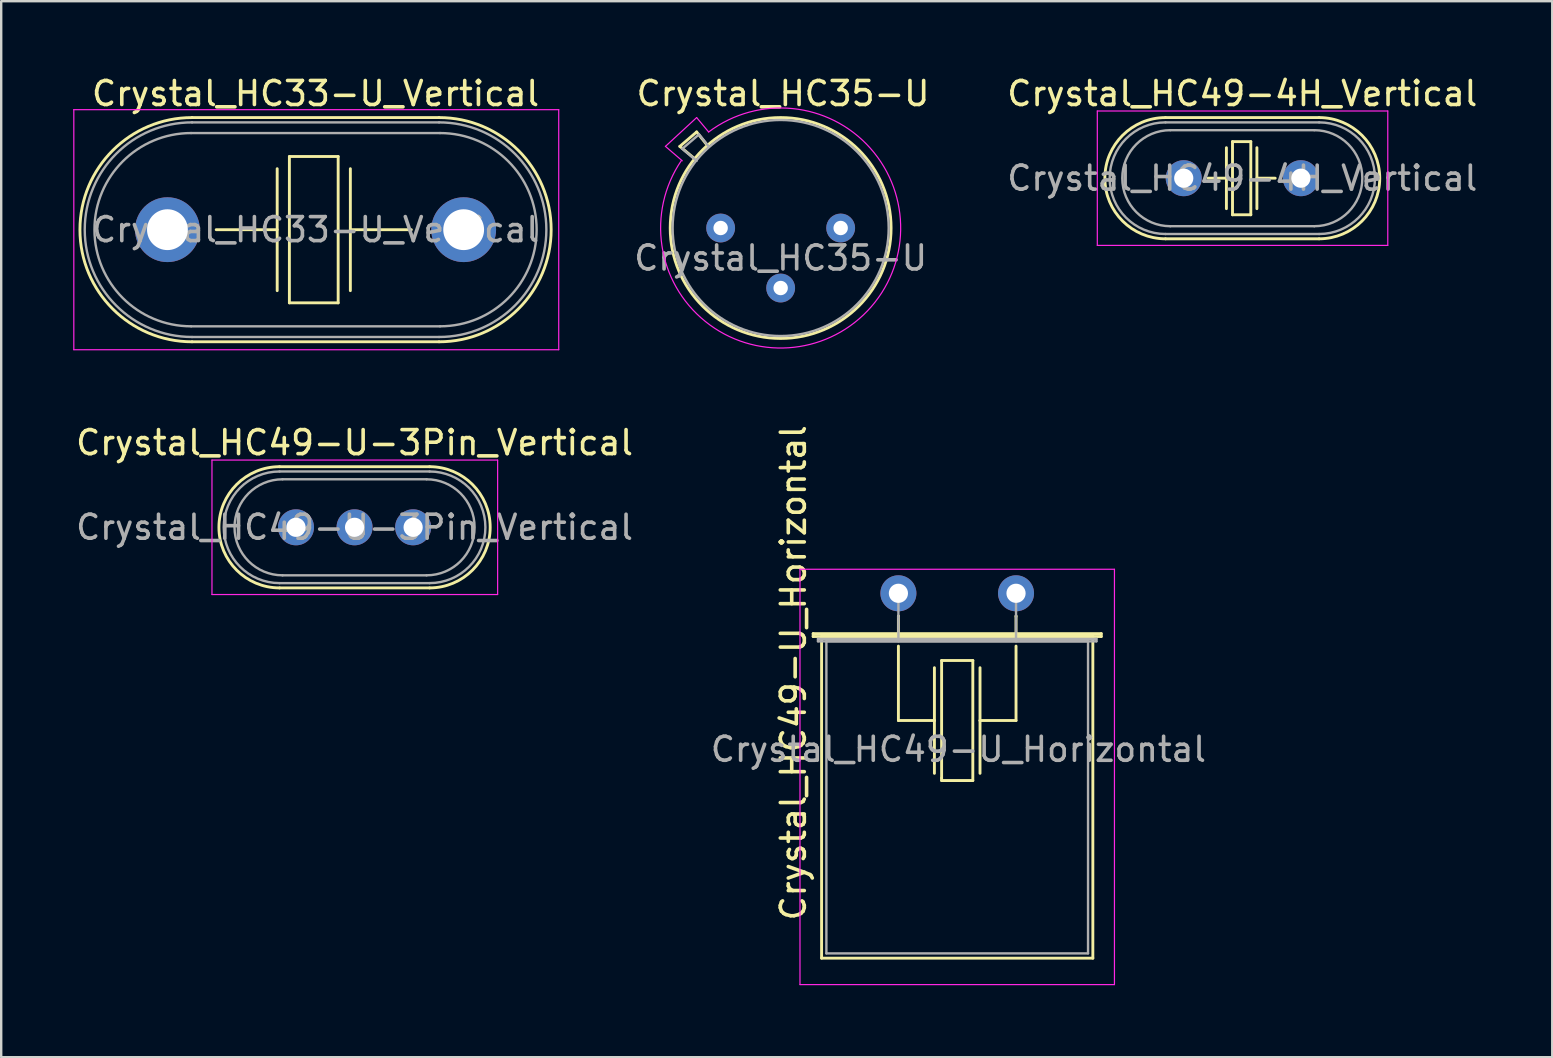
<source format=kicad_pcb>
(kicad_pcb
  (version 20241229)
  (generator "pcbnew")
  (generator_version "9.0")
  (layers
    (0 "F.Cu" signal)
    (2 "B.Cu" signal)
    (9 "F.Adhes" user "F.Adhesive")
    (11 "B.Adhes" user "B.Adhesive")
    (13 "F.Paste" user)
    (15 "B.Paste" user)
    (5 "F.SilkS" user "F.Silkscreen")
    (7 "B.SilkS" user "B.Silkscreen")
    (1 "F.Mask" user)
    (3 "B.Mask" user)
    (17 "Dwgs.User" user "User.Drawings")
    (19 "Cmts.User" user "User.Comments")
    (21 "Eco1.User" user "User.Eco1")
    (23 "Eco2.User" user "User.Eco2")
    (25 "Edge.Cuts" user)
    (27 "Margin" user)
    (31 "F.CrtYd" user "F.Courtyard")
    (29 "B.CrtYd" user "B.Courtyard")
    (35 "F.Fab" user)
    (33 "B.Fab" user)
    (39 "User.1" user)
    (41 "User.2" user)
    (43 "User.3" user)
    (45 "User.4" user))
  (footprint "Crystal_HC49-4H_Vertical"
    (layer "F.Cu")
    (at 46.261 4.373)
    (property "Reference" "Crystal_HC49-4H_Vertical" (at 2.44 -3.525 0) (layer "F.SilkS") (effects (font (size 1 1) (thickness 0.15))))
    (attr through_hole)
    (fp_line (start -0.76 -2.525) (end 5.64 -2.525) (stroke (width 0.12) (type solid)) (layer "F.SilkS"))
    (fp_line (start -0.76 2.525) (end 5.64 2.525) (stroke (width 0.12) (type solid)) (layer "F.SilkS"))
    (fp_line (start 1.016 0) (end 1.778 0) (stroke (width 0.12) (type solid)) (layer "F.SilkS"))
    (fp_line (start 1.778 -1.27) (end 1.778 1.27) (stroke (width 0.12) (type solid)) (layer "F.SilkS"))
    (fp_line (start 2.032 -1.524) (end 2.032 1.524) (stroke (width 0.12) (type solid)) (layer "F.SilkS"))
    (fp_line (start 2.032 1.524) (end 2.794 1.524) (stroke (width 0.12) (type solid)) (layer "F.SilkS"))
    (fp_line (start 2.794 -1.524) (end 2.032 -1.524) (stroke (width 0.12) (type solid)) (layer "F.SilkS"))
    (fp_line (start 2.794 1.524) (end 2.794 -1.524) (stroke (width 0.12) (type solid)) (layer "F.SilkS"))
    (fp_line (start 3.048 -1.27) (end 3.048 1.27) (stroke (width 0.12) (type solid)) (layer "F.SilkS"))
    (fp_line (start 3.81 0) (end 3.048 0) (stroke (width 0.12) (type solid)) (layer "F.SilkS"))
    (fp_arc (start -0.76 2.525) (mid -3.285 0) (end -0.76 -2.525) (stroke (width 0.12) (type solid)) (layer "F.SilkS"))
    (fp_arc (start 5.64 -2.525) (mid 8.165 0) (end 5.64 2.525) (stroke (width 0.12) (type solid)) (layer "F.SilkS"))
    (fp_line (start -3.6 -2.8) (end -3.6 2.8) (stroke (width 0.05) (type solid)) (layer "F.CrtYd"))
    (fp_line (start -3.6 2.8) (end 8.5 2.8) (stroke (width 0.05) (type solid)) (layer "F.CrtYd"))
    (fp_line (start 8.5 -2.8) (end -3.6 -2.8) (stroke (width 0.05) (type solid)) (layer "F.CrtYd"))
    (fp_line (start 8.5 2.8) (end 8.5 -2.8) (stroke (width 0.05) (type solid)) (layer "F.CrtYd"))
    (fp_line (start -0.76 -2.325) (end 5.64 -2.325) (stroke (width 0.1) (type solid)) (layer "F.Fab"))
    (fp_line (start -0.76 2.325) (end 5.64 2.325) (stroke (width 0.1) (type solid)) (layer "F.Fab"))
    (fp_line (start -0.56 -2) (end 5.44 -2) (stroke (width 0.1) (type solid)) (layer "F.Fab"))
    (fp_line (start -0.56 2) (end 5.44 2) (stroke (width 0.1) (type solid)) (layer "F.Fab"))
    (fp_arc (start -0.76 2.325) (mid -3.085 0) (end -0.76 -2.325) (stroke (width 0.1) (type solid)) (layer "F.Fab"))
    (fp_arc (start -0.56 2) (mid -2.56 0) (end -0.56 -2) (stroke (width 0.1) (type solid)) (layer "F.Fab"))
    (fp_arc (start 5.44 -2) (mid 7.44 0) (end 5.44 2) (stroke (width 0.1) (type solid)) (layer "F.Fab"))
    (fp_arc (start 5.64 -2.325) (mid 7.965 0) (end 5.64 2.325) (stroke (width 0.1) (type solid)) (layer "F.Fab"))
    (fp_text user "${REFERENCE}" (at 2.44 0 0) (layer "F.Fab") (effects (font (size 1 1) (thickness 0.15))))
    (pad "1" thru_hole circle (at 0 0) (size 1.5 1.5) (drill 0.8) (layers "*.Cu" "*.Mask"))
    (pad "2" thru_hole circle (at 4.88 0) (size 1.5 1.5) (drill 0.8) (layers "*.Cu" "*.Mask")))
  (footprint "Crystal_HC49-U-3Pin_Vertical"
    (layer "F.Cu")
    (at 9.28 18.916)
    (property "Reference" "Crystal_HC49-U-3Pin_Vertical" (at 2.44 -3.525 0) (layer "F.SilkS") (effects (font (size 1 1) (thickness 0.15))))
    (attr through_hole)
    (fp_line (start -0.685 -2.525) (end 5.565 -2.525) (stroke (width 0.12) (type solid)) (layer "F.SilkS"))
    (fp_line (start -0.685 2.525) (end 5.565 2.525) (stroke (width 0.12) (type solid)) (layer "F.SilkS"))
    (fp_arc (start -0.685 2.525) (mid -3.21 0) (end -0.685 -2.525) (stroke (width 0.12) (type solid)) (layer "F.SilkS"))
    (fp_arc (start 5.565 -2.525) (mid 8.09 0) (end 5.565 2.525) (stroke (width 0.12) (type solid)) (layer "F.SilkS"))
    (fp_line (start -3.5 -2.8) (end -3.5 2.8) (stroke (width 0.05) (type solid)) (layer "F.CrtYd"))
    (fp_line (start -3.5 2.8) (end 8.4 2.8) (stroke (width 0.05) (type solid)) (layer "F.CrtYd"))
    (fp_line (start 8.4 -2.8) (end -3.5 -2.8) (stroke (width 0.05) (type solid)) (layer "F.CrtYd"))
    (fp_line (start 8.4 2.8) (end 8.4 -2.8) (stroke (width 0.05) (type solid)) (layer "F.CrtYd"))
    (fp_line (start -0.685 -2.325) (end 5.565 -2.325) (stroke (width 0.1) (type solid)) (layer "F.Fab"))
    (fp_line (start -0.685 2.325) (end 5.565 2.325) (stroke (width 0.1) (type solid)) (layer "F.Fab"))
    (fp_line (start -0.56 -2) (end 5.44 -2) (stroke (width 0.1) (type solid)) (layer "F.Fab"))
    (fp_line (start -0.56 2) (end 5.44 2) (stroke (width 0.1) (type solid)) (layer "F.Fab"))
    (fp_arc (start -0.685 2.325) (mid -3.01 0) (end -0.685 -2.325) (stroke (width 0.1) (type solid)) (layer "F.Fab"))
    (fp_arc (start -0.56 2) (mid -2.56 0) (end -0.56 -2) (stroke (width 0.1) (type solid)) (layer "F.Fab"))
    (fp_arc (start 5.44 -2) (mid 7.44 0) (end 5.44 2) (stroke (width 0.1) (type solid)) (layer "F.Fab"))
    (fp_arc (start 5.565 -2.325) (mid 7.89 0) (end 5.565 2.325) (stroke (width 0.1) (type solid)) (layer "F.Fab"))
    (fp_text user "${REFERENCE}" (at 2.44 0 0) (layer "F.Fab") (effects (font (size 1 1) (thickness 0.15))))
    (pad "1" thru_hole circle (at 0 0) (size 1.5 1.5) (drill 0.8) (layers "*.Cu" "*.Mask"))
    (pad "2" thru_hole circle (at 2.44 0) (size 1.5 1.5) (drill 0.8) (layers "*.Cu" "*.Mask"))
    (pad "3" thru_hole circle (at 4.88 0) (size 1.5 1.5) (drill 0.8) (layers "*.Cu" "*.Mask")))
  (footprint "Crystal_HC49-U_Horizontal"
    (layer "F.Cu")
    (at 34.375 21.665)
    (property "Reference" "Crystal_HC49-U_Horizontal" (at -4.375 3.312 90) (layer "F.SilkS") (effects (font (size 1 1) (thickness 0.15))))
    (attr through_hole)
    (fp_line (start -3.55 1.68) (end 8.45 1.68) (stroke (width 0.12) (type solid)) (layer "F.SilkS"))
    (fp_line (start -3.55 1.8) (end -3.55 1.68) (stroke (width 0.12) (type solid)) (layer "F.SilkS"))
    (fp_line (start -3.2 1.8) (end -3.2 15.2) (stroke (width 0.12) (type solid)) (layer "F.SilkS"))
    (fp_line (start -3.2 15.2) (end 8.1 15.2) (stroke (width 0.12) (type solid)) (layer "F.SilkS"))
    (fp_line (start 0 0.95) (end 0 0.95) (stroke (width 0.12) (type solid)) (layer "F.SilkS"))
    (fp_line (start 0 1.8) (end 0 0.95) (stroke (width 0.12) (type solid)) (layer "F.SilkS"))
    (fp_line (start 0 2.2) (end 0 5.3) (stroke (width 0.12) (type solid)) (layer "F.SilkS"))
    (fp_line (start 0 5.3) (end 1.5 5.3) (stroke (width 0.12) (type solid)) (layer "F.SilkS"))
    (fp_line (start 1.5 5.3) (end 1.5 3.1) (stroke (width 0.12) (type solid)) (layer "F.SilkS"))
    (fp_line (start 1.5 7.5) (end 1.5 5.3) (stroke (width 0.12) (type solid)) (layer "F.SilkS"))
    (fp_line (start 1.8 2.8) (end 1.8 7.7) (stroke (width 0.12) (type solid)) (layer "F.SilkS"))
    (fp_line (start 1.8 7.7) (end 1.8 7.8) (stroke (width 0.12) (type solid)) (layer "F.SilkS"))
    (fp_line (start 1.8 7.8) (end 3.1 7.8) (stroke (width 0.12) (type solid)) (layer "F.SilkS"))
    (fp_line (start 3.1 2.8) (end 1.8 2.8) (stroke (width 0.12) (type solid)) (layer "F.SilkS"))
    (fp_line (start 3.1 7.8) (end 3.1 2.8) (stroke (width 0.12) (type solid)) (layer "F.SilkS"))
    (fp_line (start 3.4 5.3) (end 3.4 3.1) (stroke (width 0.12) (type solid)) (layer "F.SilkS"))
    (fp_line (start 3.4 5.3) (end 4.9 5.3) (stroke (width 0.12) (type solid)) (layer "F.SilkS"))
    (fp_line (start 3.4 7.5) (end 3.4 5.3) (stroke (width 0.12) (type solid)) (layer "F.SilkS"))
    (fp_line (start 4.9 0.95) (end 4.9 0.95) (stroke (width 0.12) (type solid)) (layer "F.SilkS"))
    (fp_line (start 4.9 1.8) (end 4.9 0.95) (stroke (width 0.12) (type solid)) (layer "F.SilkS"))
    (fp_line (start 4.9 2.2) (end 4.9 5.3) (stroke (width 0.12) (type solid)) (layer "F.SilkS"))
    (fp_line (start 8.1 1.8) (end -3.2 1.8) (stroke (width 0.12) (type solid)) (layer "F.SilkS"))
    (fp_line (start 8.1 15.2) (end 8.1 1.8) (stroke (width 0.12) (type solid)) (layer "F.SilkS"))
    (fp_line (start 8.45 1.68) (end 8.45 1.8) (stroke (width 0.12) (type solid)) (layer "F.SilkS"))
    (fp_line (start 8.45 1.8) (end -3.55 1.8) (stroke (width 0.12) (type solid)) (layer "F.SilkS"))
    (fp_line (start -4.1 -1) (end -4.1 16.3) (stroke (width 0.05) (type solid)) (layer "F.CrtYd"))
    (fp_line (start -4.1 16.3) (end 9 16.3) (stroke (width 0.05) (type solid)) (layer "F.CrtYd"))
    (fp_line (start 9 -1) (end -4.1 -1) (stroke (width 0.05) (type solid)) (layer "F.CrtYd"))
    (fp_line (start 9 16.3) (end 9 -1) (stroke (width 0.05) (type solid)) (layer "F.CrtYd"))
    (fp_line (start -3.35 1.9) (end 8.25 1.9) (stroke (width 0.1) (type solid)) (layer "F.Fab"))
    (fp_line (start -3.35 2) (end -3.35 1.9) (stroke (width 0.1) (type solid)) (layer "F.Fab"))
    (fp_line (start -3 2) (end -3 15) (stroke (width 0.1) (type solid)) (layer "F.Fab"))
    (fp_line (start -3 15) (end 7.9 15) (stroke (width 0.1) (type solid)) (layer "F.Fab"))
    (fp_line (start 0 1) (end 0 0) (stroke (width 0.1) (type solid)) (layer "F.Fab"))
    (fp_line (start 0 2) (end 0 1) (stroke (width 0.1) (type solid)) (layer "F.Fab"))
    (fp_line (start 4.9 1) (end 4.9 0) (stroke (width 0.1) (type solid)) (layer "F.Fab"))
    (fp_line (start 4.9 2) (end 4.9 1) (stroke (width 0.1) (type solid)) (layer "F.Fab"))
    (fp_line (start 7.9 2) (end -3 2) (stroke (width 0.1) (type solid)) (layer "F.Fab"))
    (fp_line (start 7.9 15) (end 7.9 2) (stroke (width 0.1) (type solid)) (layer "F.Fab"))
    (fp_line (start 8.25 1.9) (end 8.25 2) (stroke (width 0.1) (type solid)) (layer "F.Fab"))
    (fp_line (start 8.25 2) (end -3.35 2) (stroke (width 0.1) (type solid)) (layer "F.Fab"))
    (fp_text user "${REFERENCE}" (at 2.5 6.5 0) (layer "F.Fab") (effects (font (size 1 1) (thickness 0.15))))
    (pad "1" thru_hole circle (at 0 0) (size 1.5 1.5) (drill 0.8) (layers "*.Cu" "*.Mask"))
    (pad "2" thru_hole circle (at 4.9 0) (size 1.5 1.5) (drill 0.8) (layers "*.Cu" "*.Mask")))
  (footprint "Crystal_HC33-U_Vertical"
    (layer "F.Cu")
    (at 3.925 6.518)
    (property "Reference" "Crystal_HC33-U_Vertical" (at 6.17 -5.67 0) (layer "F.SilkS") (effects (font (size 1 1) (thickness 0.15))))
    (attr through_hole)
    (fp_line (start 1.025 -4.67) (end 11.315 -4.67) (stroke (width 0.12) (type solid)) (layer "F.SilkS"))
    (fp_line (start 1.025 4.67) (end 11.315 4.67) (stroke (width 0.12) (type solid)) (layer "F.SilkS"))
    (fp_line (start 2.032 0) (end 4.572 0) (stroke (width 0.12) (type solid)) (layer "F.SilkS"))
    (fp_line (start 4.572 -2.54) (end 4.572 2.54) (stroke (width 0.12) (type solid)) (layer "F.SilkS"))
    (fp_line (start 5.08 -3.048) (end 7.112 -3.048) (stroke (width 0.12) (type solid)) (layer "F.SilkS"))
    (fp_line (start 5.08 3.048) (end 5.08 -3.048) (stroke (width 0.12) (type solid)) (layer "F.SilkS"))
    (fp_line (start 7.112 -3.048) (end 7.112 3.048) (stroke (width 0.12) (type solid)) (layer "F.SilkS"))
    (fp_line (start 7.112 3.048) (end 5.08 3.048) (stroke (width 0.12) (type solid)) (layer "F.SilkS"))
    (fp_line (start 7.62 -2.54) (end 7.62 2.54) (stroke (width 0.12) (type solid)) (layer "F.SilkS"))
    (fp_line (start 10.16 0) (end 7.62 0) (stroke (width 0.12) (type solid)) (layer "F.SilkS"))
    (fp_arc (start 1.025 4.67) (mid -3.645 0) (end 1.025 -4.67) (stroke (width 0.12) (type solid)) (layer "F.SilkS"))
    (fp_arc (start 11.315 -4.67) (mid 15.985 0) (end 11.315 4.67) (stroke (width 0.12) (type solid)) (layer "F.SilkS"))
    (fp_line (start -3.9 -5) (end -3.9 5) (stroke (width 0.05) (type solid)) (layer "F.CrtYd"))
    (fp_line (start -3.9 5) (end 16.3 5) (stroke (width 0.05) (type solid)) (layer "F.CrtYd"))
    (fp_line (start 16.3 -5) (end -3.9 -5) (stroke (width 0.05) (type solid)) (layer "F.CrtYd"))
    (fp_line (start 16.3 5) (end 16.3 -5) (stroke (width 0.05) (type solid)) (layer "F.CrtYd"))
    (fp_line (start 0.985 -4.025) (end 11.355 -4.025) (stroke (width 0.1) (type solid)) (layer "F.Fab"))
    (fp_line (start 0.985 4.025) (end 11.355 4.025) (stroke (width 0.1) (type solid)) (layer "F.Fab"))
    (fp_line (start 1.025 -4.47) (end 11.315 -4.47) (stroke (width 0.1) (type solid)) (layer "F.Fab"))
    (fp_line (start 1.025 4.47) (end 11.315 4.47) (stroke (width 0.1) (type solid)) (layer "F.Fab"))
    (fp_arc (start 0.985 4.025) (mid -3.04 0) (end 0.985 -4.025) (stroke (width 0.1) (type solid)) (layer "F.Fab"))
    (fp_arc (start 1.025 4.47) (mid -3.445 0) (end 1.025 -4.47) (stroke (width 0.1) (type solid)) (layer "F.Fab"))
    (fp_arc (start 11.315 -4.47) (mid 15.785 0) (end 11.315 4.47) (stroke (width 0.1) (type solid)) (layer "F.Fab"))
    (fp_arc (start 11.355 -4.025) (mid 15.38 0) (end 11.355 4.025) (stroke (width 0.1) (type solid)) (layer "F.Fab"))
    (fp_text user "${REFERENCE}" (at 6.17 0 0) (layer "F.Fab") (effects (font (size 1 1) (thickness 0.15))))
    (pad "1" thru_hole circle (at 0 0) (size 2.7 2.7) (drill 1.7) (layers "*.Cu" "*.Mask"))
    (pad "2" thru_hole circle (at 12.34 0) (size 2.7 2.7) (drill 1.7) (layers "*.Cu" "*.Mask")))
  (footprint "Crystal_HC35-U"
    (layer "F.Cu")
    (at 26.97 6.448)
    (property "Reference" "Crystal_HC35-U" (at 2.6 -5.6 0) (layer "F.SilkS") (effects (font (size 1 1) (thickness 0.15))))
    (attr through_hole)
    (fp_line (start -1.7 -3.4) (end -1 -4) (stroke (width 0.12) (type solid)) (layer "F.SilkS"))
    (fp_line (start -1.1 -2.9) (end -1.7 -3.4) (stroke (width 0.12) (type solid)) (layer "F.SilkS"))
    (fp_line (start -1 -4) (end -0.6 -3.5) (stroke (width 0.12) (type solid)) (layer "F.SilkS"))
    (fp_circle (center 2.5 0) (end 7.1 0) (stroke (width 0.12) (type solid)) (fill no) (layer "F.SilkS"))
    (fp_line (start -2.3 -3.4) (end -1 -4.6) (stroke (width 0.05) (type solid)) (layer "F.CrtYd"))
    (fp_line (start -1.6 -2.8) (end -2.3 -3.4) (stroke (width 0.05) (type solid)) (layer "F.CrtYd"))
    (fp_line (start -1 -4.6) (end -0.5 -4) (stroke (width 0.05) (type solid)) (layer "F.CrtYd"))
    (fp_arc (start -0.5 -4) (mid 6.119047 3.45) (end -1.638828 -2.80537) (stroke (width 0.05) (type solid)) (layer "F.CrtYd"))
    (fp_line (start -1.6 -3.3) (end -0.9 -3.9) (stroke (width 0.1) (type solid)) (layer "F.Fab"))
    (fp_line (start -1 -2.8) (end -1.6 -3.3) (stroke (width 0.1) (type solid)) (layer "F.Fab"))
    (fp_line (start -0.9 -3.9) (end -0.5 -3.4) (stroke (width 0.1) (type solid)) (layer "F.Fab"))
    (fp_circle (center 2.5 0) (end 7 0) (stroke (width 0.1) (type solid)) (fill no) (layer "F.Fab"))
    (fp_text user "${REFERENCE}" (at 2.5 1.25 0) (layer "F.Fab") (effects (font (size 1 1) (thickness 0.15))))
    (pad "1" thru_hole circle (at 0 0) (size 1.2 1.2) (drill 0.6) (layers "*.Cu" "*.Mask"))
    (pad "2" thru_hole circle (at 5 0) (size 1.2 1.2) (drill 0.6) (layers "*.Cu" "*.Mask"))
    (pad "3" thru_hole circle (at 2.5 2.5) (size 1.2 1.2) (drill 0.6) (layers "*.Cu" "*.Mask")))
  (gr_rect
    (start -3 -3)
    (end 61.612 40.99)
    (stroke (width 0.1) (type default))
    (fill no)
    (layer "Edge.Cuts")))
</source>
